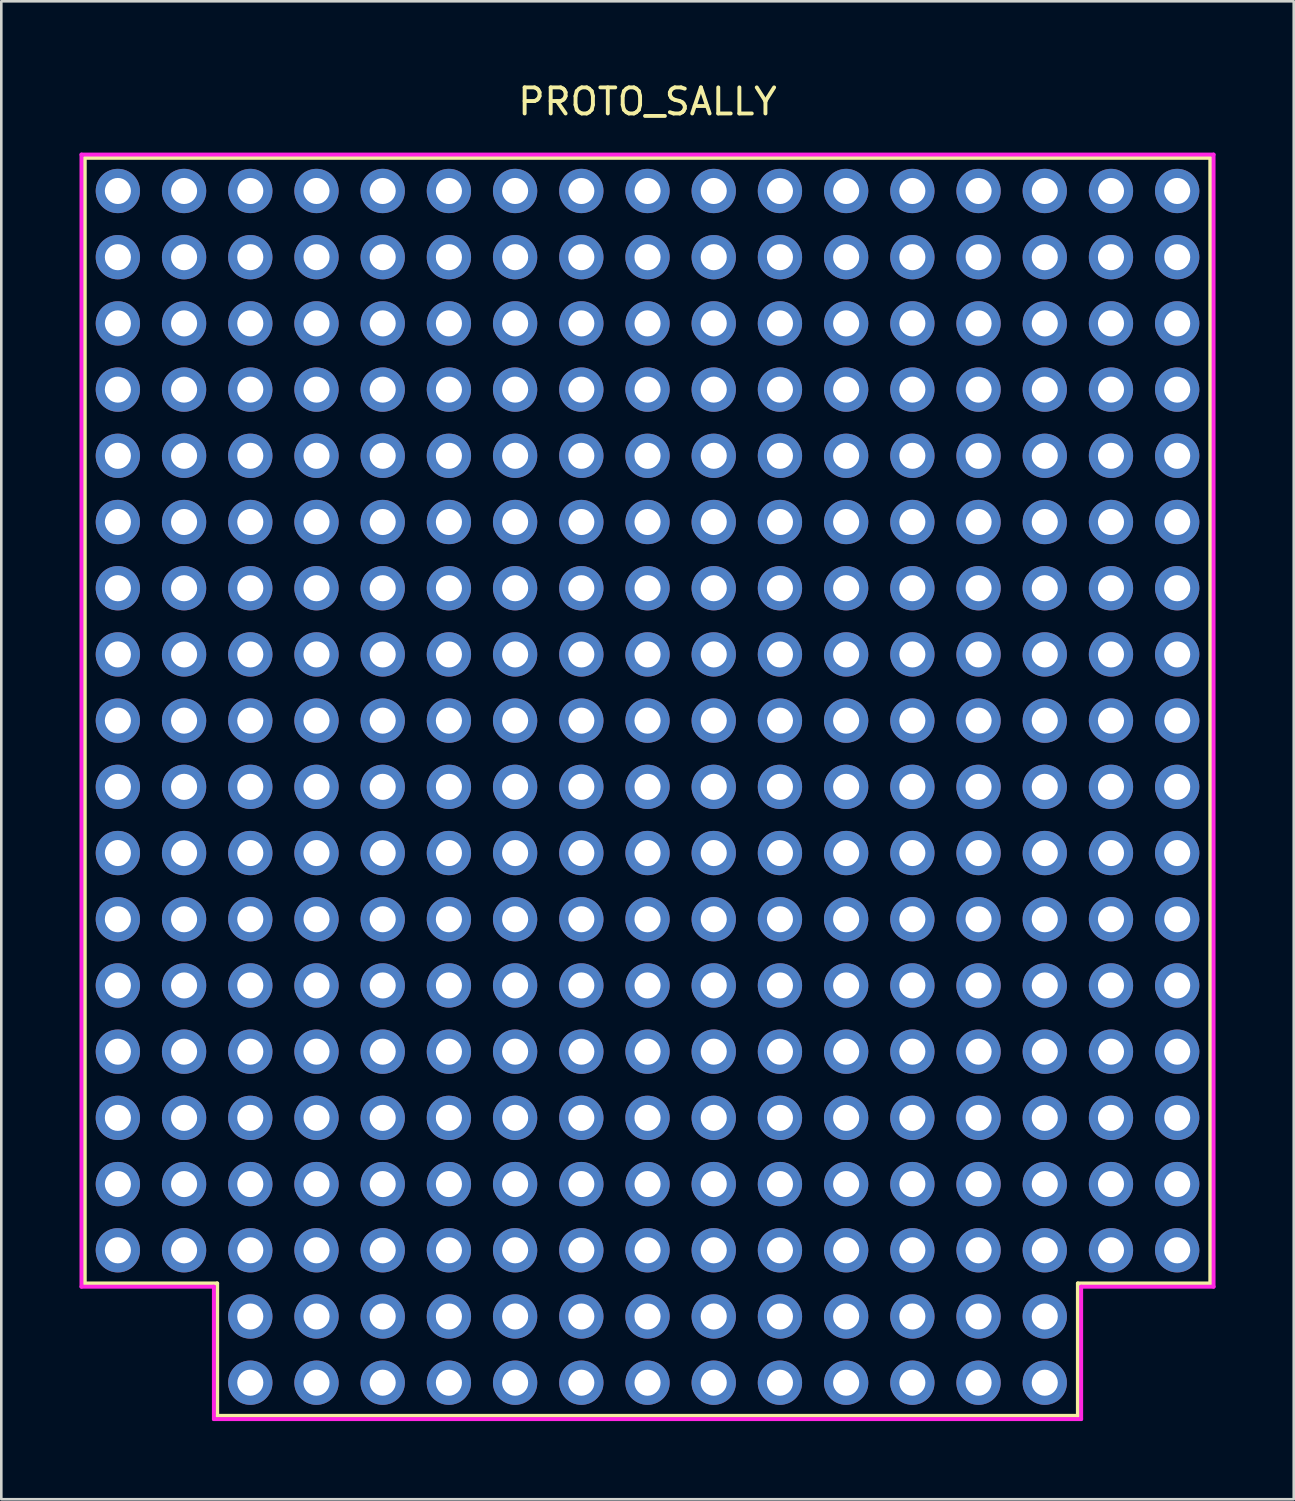
<source format=kicad_pcb>
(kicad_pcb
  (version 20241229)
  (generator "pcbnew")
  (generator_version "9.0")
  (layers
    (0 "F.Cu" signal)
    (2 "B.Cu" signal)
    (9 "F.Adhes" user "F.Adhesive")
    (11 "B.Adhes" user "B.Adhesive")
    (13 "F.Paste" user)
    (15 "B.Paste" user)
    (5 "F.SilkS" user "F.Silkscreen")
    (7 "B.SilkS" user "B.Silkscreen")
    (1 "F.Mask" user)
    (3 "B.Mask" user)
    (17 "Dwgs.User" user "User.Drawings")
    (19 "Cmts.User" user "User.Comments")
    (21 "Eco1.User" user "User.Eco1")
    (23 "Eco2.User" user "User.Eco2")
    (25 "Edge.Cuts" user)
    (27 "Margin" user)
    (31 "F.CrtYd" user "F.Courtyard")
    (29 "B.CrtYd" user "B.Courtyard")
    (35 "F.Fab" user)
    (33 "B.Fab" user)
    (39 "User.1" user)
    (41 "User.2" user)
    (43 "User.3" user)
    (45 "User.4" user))
  (footprint "PROTO_SALLY"
    (layer "F.Cu")
    (at 21.792 32.217)
    (property "Reference" "PROTO_SALLY" (at 0 -31.369 0) (layer "F.SilkS") (effects (font (size 1 1) (thickness 0.15))))
    (attr through_hole)
    (fp_line (start -21.59 -29.21) (end 21.59 -29.21) (stroke (width 0.15) (type solid)) (layer "F.SilkS"))
    (fp_line (start -21.59 13.97) (end -21.59 -29.21) (stroke (width 0.15) (type solid)) (layer "F.SilkS"))
    (fp_line (start -16.51 13.97) (end -21.59 13.97) (stroke (width 0.15) (type solid)) (layer "F.SilkS"))
    (fp_line (start -16.51 19.05) (end -16.51 13.97) (stroke (width 0.15) (type solid)) (layer "F.SilkS"))
    (fp_line (start 16.51 13.97) (end 16.51 19.05) (stroke (width 0.15) (type solid)) (layer "F.SilkS"))
    (fp_line (start 16.51 19.05) (end -16.51 19.05) (stroke (width 0.15) (type solid)) (layer "F.SilkS"))
    (fp_line (start 21.59 -29.21) (end 21.59 13.97) (stroke (width 0.15) (type solid)) (layer "F.SilkS"))
    (fp_line (start 21.59 13.97) (end 16.51 13.97) (stroke (width 0.15) (type solid)) (layer "F.SilkS"))
    (fp_line (start -21.717 -29.337) (end 21.717 -29.337) (stroke (width 0.15) (type solid)) (layer "F.CrtYd"))
    (fp_line (start -21.717 14.097) (end -21.717 -29.337) (stroke (width 0.15) (type solid)) (layer "F.CrtYd"))
    (fp_line (start -16.637 14.097) (end -21.717 14.097) (stroke (width 0.15) (type solid)) (layer "F.CrtYd"))
    (fp_line (start -16.637 19.177) (end -16.637 14.097) (stroke (width 0.15) (type solid)) (layer "F.CrtYd"))
    (fp_line (start 16.637 14.097) (end 16.637 19.177) (stroke (width 0.15) (type solid)) (layer "F.CrtYd"))
    (fp_line (start 16.637 19.177) (end -16.637 19.177) (stroke (width 0.15) (type solid)) (layer "F.CrtYd"))
    (fp_line (start 21.717 -29.337) (end 21.717 14.097) (stroke (width 0.15) (type solid)) (layer "F.CrtYd"))
    (fp_line (start 21.717 14.097) (end 16.637 14.097) (stroke (width 0.15) (type solid)) (layer "F.CrtYd"))
    (pad "" thru_hole circle (at -20.32 -27.94) (size 1.7 1.7) (drill 1) (layers "*.Cu" "*.Mask"))
    (pad "" thru_hole circle (at -20.32 -25.4) (size 1.7 1.7) (drill 1) (layers "*.Cu" "*.Mask"))
    (pad "" thru_hole circle (at -20.32 -22.86) (size 1.7 1.7) (drill 1) (layers "*.Cu" "*.Mask"))
    (pad "" thru_hole circle (at -20.32 -20.32) (size 1.7 1.7) (drill 1) (layers "*.Cu" "*.Mask"))
    (pad "" thru_hole circle (at -20.32 -17.78) (size 1.7 1.7) (drill 1) (layers "*.Cu" "*.Mask"))
    (pad "" thru_hole circle (at -20.32 -15.24) (size 1.7 1.7) (drill 1) (layers "*.Cu" "*.Mask"))
    (pad "" thru_hole circle (at -20.32 -12.7) (size 1.7 1.7) (drill 1) (layers "*.Cu" "*.Mask"))
    (pad "" thru_hole circle (at -20.32 -10.16) (size 1.7 1.7) (drill 1) (layers "*.Cu" "*.Mask"))
    (pad "" thru_hole circle (at -20.32 -7.62) (size 1.7 1.7) (drill 1) (layers "*.Cu" "*.Mask"))
    (pad "" thru_hole circle (at -20.32 -5.08) (size 1.7 1.7) (drill 1) (layers "*.Cu" "*.Mask"))
    (pad "" thru_hole circle (at -20.32 -2.54) (size 1.7 1.7) (drill 1) (layers "*.Cu" "*.Mask"))
    (pad "" thru_hole circle (at -20.32 0) (size 1.7 1.7) (drill 1) (layers "*.Cu" "*.Mask"))
    (pad "" thru_hole circle (at -20.32 2.54) (size 1.7 1.7) (drill 1) (layers "*.Cu" "*.Mask"))
    (pad "" thru_hole circle (at -20.32 5.08) (size 1.7 1.7) (drill 1) (layers "*.Cu" "*.Mask"))
    (pad "" thru_hole circle (at -20.32 7.62) (size 1.7 1.7) (drill 1) (layers "*.Cu" "*.Mask"))
    (pad "" thru_hole circle (at -20.32 10.16) (size 1.7 1.7) (drill 1) (layers "*.Cu" "*.Mask"))
    (pad "" thru_hole circle (at -20.32 12.7) (size 1.7 1.7) (drill 1) (layers "*.Cu" "*.Mask"))
    (pad "" thru_hole circle (at -17.78 -27.94) (size 1.7 1.7) (drill 1) (layers "*.Cu" "*.Mask"))
    (pad "" thru_hole circle (at -17.78 -25.4) (size 1.7 1.7) (drill 1) (layers "*.Cu" "*.Mask"))
    (pad "" thru_hole circle (at -17.78 -22.86) (size 1.7 1.7) (drill 1) (layers "*.Cu" "*.Mask"))
    (pad "" thru_hole circle (at -17.78 -20.32) (size 1.7 1.7) (drill 1) (layers "*.Cu" "*.Mask"))
    (pad "" thru_hole circle (at -17.78 -17.78) (size 1.7 1.7) (drill 1) (layers "*.Cu" "*.Mask"))
    (pad "" thru_hole circle (at -17.78 -15.24) (size 1.7 1.7) (drill 1) (layers "*.Cu" "*.Mask"))
    (pad "" thru_hole circle (at -17.78 -12.7) (size 1.7 1.7) (drill 1) (layers "*.Cu" "*.Mask"))
    (pad "" thru_hole circle (at -17.78 -10.16) (size 1.7 1.7) (drill 1) (layers "*.Cu" "*.Mask"))
    (pad "" thru_hole circle (at -17.78 -7.62) (size 1.7 1.7) (drill 1) (layers "*.Cu" "*.Mask"))
    (pad "" thru_hole circle (at -17.78 -5.08) (size 1.7 1.7) (drill 1) (layers "*.Cu" "*.Mask"))
    (pad "" thru_hole circle (at -17.78 -2.54) (size 1.7 1.7) (drill 1) (layers "*.Cu" "*.Mask"))
    (pad "" thru_hole circle (at -17.78 0) (size 1.7 1.7) (drill 1) (layers "*.Cu" "*.Mask"))
    (pad "" thru_hole circle (at -17.78 2.54) (size 1.7 1.7) (drill 1) (layers "*.Cu" "*.Mask"))
    (pad "" thru_hole circle (at -17.78 5.08) (size 1.7 1.7) (drill 1) (layers "*.Cu" "*.Mask"))
    (pad "" thru_hole circle (at -17.78 7.62) (size 1.7 1.7) (drill 1) (layers "*.Cu" "*.Mask"))
    (pad "" thru_hole circle (at -17.78 10.16) (size 1.7 1.7) (drill 1) (layers "*.Cu" "*.Mask"))
    (pad "" thru_hole circle (at -17.78 12.7) (size 1.7 1.7) (drill 1) (layers "*.Cu" "*.Mask"))
    (pad "" thru_hole circle (at -15.24 -27.94) (size 1.7 1.7) (drill 1) (layers "*.Cu" "*.Mask"))
    (pad "" thru_hole circle (at -15.24 -25.4) (size 1.7 1.7) (drill 1) (layers "*.Cu" "*.Mask"))
    (pad "" thru_hole circle (at -15.24 -22.86) (size 1.7 1.7) (drill 1) (layers "*.Cu" "*.Mask"))
    (pad "" thru_hole circle (at -15.24 -20.32) (size 1.7 1.7) (drill 1) (layers "*.Cu" "*.Mask"))
    (pad "" thru_hole circle (at -15.24 -17.78) (size 1.7 1.7) (drill 1) (layers "*.Cu" "*.Mask"))
    (pad "" thru_hole circle (at -15.24 -15.24) (size 1.7 1.7) (drill 1) (layers "*.Cu" "*.Mask"))
    (pad "" thru_hole circle (at -15.24 -12.7) (size 1.7 1.7) (drill 1) (layers "*.Cu" "*.Mask"))
    (pad "" thru_hole circle (at -15.24 -10.16) (size 1.7 1.7) (drill 1) (layers "*.Cu" "*.Mask"))
    (pad "" thru_hole circle (at -15.24 -7.62) (size 1.7 1.7) (drill 1) (layers "*.Cu" "*.Mask"))
    (pad "" thru_hole circle (at -15.24 -5.08) (size 1.7 1.7) (drill 1) (layers "*.Cu" "*.Mask"))
    (pad "" thru_hole circle (at -15.24 -2.54) (size 1.7 1.7) (drill 1) (layers "*.Cu" "*.Mask"))
    (pad "" thru_hole circle (at -15.24 0) (size 1.7 1.7) (drill 1) (layers "*.Cu" "*.Mask"))
    (pad "" thru_hole circle (at -15.24 2.54) (size 1.7 1.7) (drill 1) (layers "*.Cu" "*.Mask"))
    (pad "" thru_hole circle (at -15.24 5.08) (size 1.7 1.7) (drill 1) (layers "*.Cu" "*.Mask"))
    (pad "" thru_hole circle (at -15.24 7.62) (size 1.7 1.7) (drill 1) (layers "*.Cu" "*.Mask"))
    (pad "" thru_hole circle (at -15.24 10.16) (size 1.7 1.7) (drill 1) (layers "*.Cu" "*.Mask"))
    (pad "" thru_hole circle (at -15.24 12.7) (size 1.7 1.7) (drill 1) (layers "*.Cu" "*.Mask"))
    (pad "" thru_hole circle (at -15.24 15.24) (size 1.7 1.7) (drill 1) (layers "*.Cu" "*.Mask"))
    (pad "" thru_hole circle (at -15.24 17.78) (size 1.7 1.7) (drill 1) (layers "*.Cu" "*.Mask"))
    (pad "" thru_hole circle (at -12.7 -27.94) (size 1.7 1.7) (drill 1) (layers "*.Cu" "*.Mask"))
    (pad "" thru_hole circle (at -12.7 -25.4) (size 1.7 1.7) (drill 1) (layers "*.Cu" "*.Mask"))
    (pad "" thru_hole circle (at -12.7 -22.86) (size 1.7 1.7) (drill 1) (layers "*.Cu" "*.Mask"))
    (pad "" thru_hole circle (at -12.7 -20.32) (size 1.7 1.7) (drill 1) (layers "*.Cu" "*.Mask"))
    (pad "" thru_hole circle (at -12.7 -17.78) (size 1.7 1.7) (drill 1) (layers "*.Cu" "*.Mask"))
    (pad "" thru_hole circle (at -12.7 -15.24) (size 1.7 1.7) (drill 1) (layers "*.Cu" "*.Mask"))
    (pad "" thru_hole circle (at -12.7 -12.7) (size 1.7 1.7) (drill 1) (layers "*.Cu" "*.Mask"))
    (pad "" thru_hole circle (at -12.7 -10.16) (size 1.7 1.7) (drill 1) (layers "*.Cu" "*.Mask"))
    (pad "" thru_hole circle (at -12.7 -7.62) (size 1.7 1.7) (drill 1) (layers "*.Cu" "*.Mask"))
    (pad "" thru_hole circle (at -12.7 -5.08) (size 1.7 1.7) (drill 1) (layers "*.Cu" "*.Mask"))
    (pad "" thru_hole circle (at -12.7 -2.54) (size 1.7 1.7) (drill 1) (layers "*.Cu" "*.Mask"))
    (pad "" thru_hole circle (at -12.7 0) (size 1.7 1.7) (drill 1) (layers "*.Cu" "*.Mask"))
    (pad "" thru_hole circle (at -12.7 2.54) (size 1.7 1.7) (drill 1) (layers "*.Cu" "*.Mask"))
    (pad "" thru_hole circle (at -12.7 5.08) (size 1.7 1.7) (drill 1) (layers "*.Cu" "*.Mask"))
    (pad "" thru_hole circle (at -12.7 7.62) (size 1.7 1.7) (drill 1) (layers "*.Cu" "*.Mask"))
    (pad "" thru_hole circle (at -12.7 10.16) (size 1.7 1.7) (drill 1) (layers "*.Cu" "*.Mask"))
    (pad "" thru_hole circle (at -12.7 12.7) (size 1.7 1.7) (drill 1) (layers "*.Cu" "*.Mask"))
    (pad "" thru_hole circle (at -12.7 15.24) (size 1.7 1.7) (drill 1) (layers "*.Cu" "*.Mask"))
    (pad "" thru_hole circle (at -12.7 17.78) (size 1.7 1.7) (drill 1) (layers "*.Cu" "*.Mask"))
    (pad "" thru_hole circle (at -10.16 -27.94) (size 1.7 1.7) (drill 1) (layers "*.Cu" "*.Mask"))
    (pad "" thru_hole circle (at -10.16 -25.4) (size 1.7 1.7) (drill 1) (layers "*.Cu" "*.Mask"))
    (pad "" thru_hole circle (at -10.16 -22.86) (size 1.7 1.7) (drill 1) (layers "*.Cu" "*.Mask"))
    (pad "" thru_hole circle (at -10.16 -20.32) (size 1.7 1.7) (drill 1) (layers "*.Cu" "*.Mask"))
    (pad "" thru_hole circle (at -10.16 -17.78) (size 1.7 1.7) (drill 1) (layers "*.Cu" "*.Mask"))
    (pad "" thru_hole circle (at -10.16 -15.24) (size 1.7 1.7) (drill 1) (layers "*.Cu" "*.Mask"))
    (pad "" thru_hole circle (at -10.16 -12.7) (size 1.7 1.7) (drill 1) (layers "*.Cu" "*.Mask"))
    (pad "" thru_hole circle (at -10.16 -10.16) (size 1.7 1.7) (drill 1) (layers "*.Cu" "*.Mask"))
    (pad "" thru_hole circle (at -10.16 -7.62) (size 1.7 1.7) (drill 1) (layers "*.Cu" "*.Mask"))
    (pad "" thru_hole circle (at -10.16 -5.08) (size 1.7 1.7) (drill 1) (layers "*.Cu" "*.Mask"))
    (pad "" thru_hole circle (at -10.16 -2.54) (size 1.7 1.7) (drill 1) (layers "*.Cu" "*.Mask"))
    (pad "" thru_hole circle (at -10.16 0) (size 1.7 1.7) (drill 1) (layers "*.Cu" "*.Mask"))
    (pad "" thru_hole circle (at -10.16 2.54) (size 1.7 1.7) (drill 1) (layers "*.Cu" "*.Mask"))
    (pad "" thru_hole circle (at -10.16 5.08) (size 1.7 1.7) (drill 1) (layers "*.Cu" "*.Mask"))
    (pad "" thru_hole circle (at -10.16 7.62) (size 1.7 1.7) (drill 1) (layers "*.Cu" "*.Mask"))
    (pad "" thru_hole circle (at -10.16 10.16) (size 1.7 1.7) (drill 1) (layers "*.Cu" "*.Mask"))
    (pad "" thru_hole circle (at -10.16 12.7) (size 1.7 1.7) (drill 1) (layers "*.Cu" "*.Mask"))
    (pad "" thru_hole circle (at -10.16 15.24) (size 1.7 1.7) (drill 1) (layers "*.Cu" "*.Mask"))
    (pad "" thru_hole circle (at -10.16 17.78) (size 1.7 1.7) (drill 1) (layers "*.Cu" "*.Mask"))
    (pad "" thru_hole circle (at -7.62 -27.94) (size 1.7 1.7) (drill 1) (layers "*.Cu" "*.Mask"))
    (pad "" thru_hole circle (at -7.62 -25.4) (size 1.7 1.7) (drill 1) (layers "*.Cu" "*.Mask"))
    (pad "" thru_hole circle (at -7.62 -22.86) (size 1.7 1.7) (drill 1) (layers "*.Cu" "*.Mask"))
    (pad "" thru_hole circle (at -7.62 -20.32) (size 1.7 1.7) (drill 1) (layers "*.Cu" "*.Mask"))
    (pad "" thru_hole circle (at -7.62 -17.78) (size 1.7 1.7) (drill 1) (layers "*.Cu" "*.Mask"))
    (pad "" thru_hole circle (at -7.62 -15.24) (size 1.7 1.7) (drill 1) (layers "*.Cu" "*.Mask"))
    (pad "" thru_hole circle (at -7.62 -12.7) (size 1.7 1.7) (drill 1) (layers "*.Cu" "*.Mask"))
    (pad "" thru_hole circle (at -7.62 -10.16) (size 1.7 1.7) (drill 1) (layers "*.Cu" "*.Mask"))
    (pad "" thru_hole circle (at -7.62 -7.62) (size 1.7 1.7) (drill 1) (layers "*.Cu" "*.Mask"))
    (pad "" thru_hole circle (at -7.62 -5.08) (size 1.7 1.7) (drill 1) (layers "*.Cu" "*.Mask"))
    (pad "" thru_hole circle (at -7.62 -2.54) (size 1.7 1.7) (drill 1) (layers "*.Cu" "*.Mask"))
    (pad "" thru_hole circle (at -7.62 0) (size 1.7 1.7) (drill 1) (layers "*.Cu" "*.Mask"))
    (pad "" thru_hole circle (at -7.62 2.54) (size 1.7 1.7) (drill 1) (layers "*.Cu" "*.Mask"))
    (pad "" thru_hole circle (at -7.62 5.08) (size 1.7 1.7) (drill 1) (layers "*.Cu" "*.Mask"))
    (pad "" thru_hole circle (at -7.62 7.62) (size 1.7 1.7) (drill 1) (layers "*.Cu" "*.Mask"))
    (pad "" thru_hole circle (at -7.62 10.16) (size 1.7 1.7) (drill 1) (layers "*.Cu" "*.Mask"))
    (pad "" thru_hole circle (at -7.62 12.7) (size 1.7 1.7) (drill 1) (layers "*.Cu" "*.Mask"))
    (pad "" thru_hole circle (at -7.62 15.24) (size 1.7 1.7) (drill 1) (layers "*.Cu" "*.Mask"))
    (pad "" thru_hole circle (at -7.62 17.78) (size 1.7 1.7) (drill 1) (layers "*.Cu" "*.Mask"))
    (pad "" thru_hole circle (at -5.08 -27.94) (size 1.7 1.7) (drill 1) (layers "*.Cu" "*.Mask"))
    (pad "" thru_hole circle (at -5.08 -25.4) (size 1.7 1.7) (drill 1) (layers "*.Cu" "*.Mask"))
    (pad "" thru_hole circle (at -5.08 -22.86) (size 1.7 1.7) (drill 1) (layers "*.Cu" "*.Mask"))
    (pad "" thru_hole circle (at -5.08 -20.32) (size 1.7 1.7) (drill 1) (layers "*.Cu" "*.Mask"))
    (pad "" thru_hole circle (at -5.08 -17.78) (size 1.7 1.7) (drill 1) (layers "*.Cu" "*.Mask"))
    (pad "" thru_hole circle (at -5.08 -15.24) (size 1.7 1.7) (drill 1) (layers "*.Cu" "*.Mask"))
    (pad "" thru_hole circle (at -5.08 -12.7) (size 1.7 1.7) (drill 1) (layers "*.Cu" "*.Mask"))
    (pad "" thru_hole circle (at -5.08 -10.16) (size 1.7 1.7) (drill 1) (layers "*.Cu" "*.Mask"))
    (pad "" thru_hole circle (at -5.08 -7.62) (size 1.7 1.7) (drill 1) (layers "*.Cu" "*.Mask"))
    (pad "" thru_hole circle (at -5.08 -5.08) (size 1.7 1.7) (drill 1) (layers "*.Cu" "*.Mask"))
    (pad "" thru_hole circle (at -5.08 -2.54) (size 1.7 1.7) (drill 1) (layers "*.Cu" "*.Mask"))
    (pad "" thru_hole circle (at -5.08 0) (size 1.7 1.7) (drill 1) (layers "*.Cu" "*.Mask"))
    (pad "" thru_hole circle (at -5.08 2.54) (size 1.7 1.7) (drill 1) (layers "*.Cu" "*.Mask"))
    (pad "" thru_hole circle (at -5.08 5.08) (size 1.7 1.7) (drill 1) (layers "*.Cu" "*.Mask"))
    (pad "" thru_hole circle (at -5.08 7.62) (size 1.7 1.7) (drill 1) (layers "*.Cu" "*.Mask"))
    (pad "" thru_hole circle (at -5.08 10.16) (size 1.7 1.7) (drill 1) (layers "*.Cu" "*.Mask"))
    (pad "" thru_hole circle (at -5.08 12.7) (size 1.7 1.7) (drill 1) (layers "*.Cu" "*.Mask"))
    (pad "" thru_hole circle (at -5.08 15.24) (size 1.7 1.7) (drill 1) (layers "*.Cu" "*.Mask"))
    (pad "" thru_hole circle (at -5.08 17.78) (size 1.7 1.7) (drill 1) (layers "*.Cu" "*.Mask"))
    (pad "" thru_hole circle (at -2.54 -27.94) (size 1.7 1.7) (drill 1) (layers "*.Cu" "*.Mask"))
    (pad "" thru_hole circle (at -2.54 -25.4) (size 1.7 1.7) (drill 1) (layers "*.Cu" "*.Mask"))
    (pad "" thru_hole circle (at -2.54 -22.86) (size 1.7 1.7) (drill 1) (layers "*.Cu" "*.Mask"))
    (pad "" thru_hole circle (at -2.54 -20.32) (size 1.7 1.7) (drill 1) (layers "*.Cu" "*.Mask"))
    (pad "" thru_hole circle (at -2.54 -17.78) (size 1.7 1.7) (drill 1) (layers "*.Cu" "*.Mask"))
    (pad "" thru_hole circle (at -2.54 -15.24) (size 1.7 1.7) (drill 1) (layers "*.Cu" "*.Mask"))
    (pad "" thru_hole circle (at -2.54 -12.7) (size 1.7 1.7) (drill 1) (layers "*.Cu" "*.Mask"))
    (pad "" thru_hole circle (at -2.54 -10.16) (size 1.7 1.7) (drill 1) (layers "*.Cu" "*.Mask"))
    (pad "" thru_hole circle (at -2.54 -7.62) (size 1.7 1.7) (drill 1) (layers "*.Cu" "*.Mask"))
    (pad "" thru_hole circle (at -2.54 -5.08) (size 1.7 1.7) (drill 1) (layers "*.Cu" "*.Mask"))
    (pad "" thru_hole circle (at -2.54 -2.54) (size 1.7 1.7) (drill 1) (layers "*.Cu" "*.Mask"))
    (pad "" thru_hole circle (at -2.54 0) (size 1.7 1.7) (drill 1) (layers "*.Cu" "*.Mask"))
    (pad "" thru_hole circle (at -2.54 2.54) (size 1.7 1.7) (drill 1) (layers "*.Cu" "*.Mask"))
    (pad "" thru_hole circle (at -2.54 5.08) (size 1.7 1.7) (drill 1) (layers "*.Cu" "*.Mask"))
    (pad "" thru_hole circle (at -2.54 7.62) (size 1.7 1.7) (drill 1) (layers "*.Cu" "*.Mask"))
    (pad "" thru_hole circle (at -2.54 10.16) (size 1.7 1.7) (drill 1) (layers "*.Cu" "*.Mask"))
    (pad "" thru_hole circle (at -2.54 12.7) (size 1.7 1.7) (drill 1) (layers "*.Cu" "*.Mask"))
    (pad "" thru_hole circle (at -2.54 15.24) (size 1.7 1.7) (drill 1) (layers "*.Cu" "*.Mask"))
    (pad "" thru_hole circle (at -2.54 17.78) (size 1.7 1.7) (drill 1) (layers "*.Cu" "*.Mask"))
    (pad "" thru_hole circle (at 0 -27.94) (size 1.7 1.7) (drill 1) (layers "*.Cu" "*.Mask"))
    (pad "" thru_hole circle (at 0 -25.4) (size 1.7 1.7) (drill 1) (layers "*.Cu" "*.Mask"))
    (pad "" thru_hole circle (at 0 -22.86) (size 1.7 1.7) (drill 1) (layers "*.Cu" "*.Mask"))
    (pad "" thru_hole circle (at 0 -20.32) (size 1.7 1.7) (drill 1) (layers "*.Cu" "*.Mask"))
    (pad "" thru_hole circle (at 0 -17.78) (size 1.7 1.7) (drill 1) (layers "*.Cu" "*.Mask"))
    (pad "" thru_hole circle (at 0 -15.24) (size 1.7 1.7) (drill 1) (layers "*.Cu" "*.Mask"))
    (pad "" thru_hole circle (at 0 -12.7) (size 1.7 1.7) (drill 1) (layers "*.Cu" "*.Mask"))
    (pad "" thru_hole circle (at 0 -10.16) (size 1.7 1.7) (drill 1) (layers "*.Cu" "*.Mask"))
    (pad "" thru_hole circle (at 0 -7.62) (size 1.7 1.7) (drill 1) (layers "*.Cu" "*.Mask"))
    (pad "" thru_hole circle (at 0 -5.08) (size 1.7 1.7) (drill 1) (layers "*.Cu" "*.Mask"))
    (pad "" thru_hole circle (at 0 -2.54) (size 1.7 1.7) (drill 1) (layers "*.Cu" "*.Mask"))
    (pad "" thru_hole circle (at 0 0) (size 1.7 1.7) (drill 1) (layers "*.Cu" "*.Mask"))
    (pad "" thru_hole circle (at 0 2.54) (size 1.7 1.7) (drill 1) (layers "*.Cu" "*.Mask"))
    (pad "" thru_hole circle (at 0 5.08) (size 1.7 1.7) (drill 1) (layers "*.Cu" "*.Mask"))
    (pad "" thru_hole circle (at 0 7.62) (size 1.7 1.7) (drill 1) (layers "*.Cu" "*.Mask"))
    (pad "" thru_hole circle (at 0 10.16) (size 1.7 1.7) (drill 1) (layers "*.Cu" "*.Mask"))
    (pad "" thru_hole circle (at 0 12.7) (size 1.7 1.7) (drill 1) (layers "*.Cu" "*.Mask"))
    (pad "" thru_hole circle (at 0 15.24) (size 1.7 1.7) (drill 1) (layers "*.Cu" "*.Mask"))
    (pad "" thru_hole circle (at 0 17.78) (size 1.7 1.7) (drill 1) (layers "*.Cu" "*.Mask"))
    (pad "" thru_hole circle (at 2.54 -27.94) (size 1.7 1.7) (drill 1) (layers "*.Cu" "*.Mask"))
    (pad "" thru_hole circle (at 2.54 -25.4) (size 1.7 1.7) (drill 1) (layers "*.Cu" "*.Mask"))
    (pad "" thru_hole circle (at 2.54 -22.86) (size 1.7 1.7) (drill 1) (layers "*.Cu" "*.Mask"))
    (pad "" thru_hole circle (at 2.54 -20.32) (size 1.7 1.7) (drill 1) (layers "*.Cu" "*.Mask"))
    (pad "" thru_hole circle (at 2.54 -17.78) (size 1.7 1.7) (drill 1) (layers "*.Cu" "*.Mask"))
    (pad "" thru_hole circle (at 2.54 -15.24) (size 1.7 1.7) (drill 1) (layers "*.Cu" "*.Mask"))
    (pad "" thru_hole circle (at 2.54 -12.7) (size 1.7 1.7) (drill 1) (layers "*.Cu" "*.Mask"))
    (pad "" thru_hole circle (at 2.54 -10.16) (size 1.7 1.7) (drill 1) (layers "*.Cu" "*.Mask"))
    (pad "" thru_hole circle (at 2.54 -7.62) (size 1.7 1.7) (drill 1) (layers "*.Cu" "*.Mask"))
    (pad "" thru_hole circle (at 2.54 -5.08) (size 1.7 1.7) (drill 1) (layers "*.Cu" "*.Mask"))
    (pad "" thru_hole circle (at 2.54 -2.54) (size 1.7 1.7) (drill 1) (layers "*.Cu" "*.Mask"))
    (pad "" thru_hole circle (at 2.54 0) (size 1.7 1.7) (drill 1) (layers "*.Cu" "*.Mask"))
    (pad "" thru_hole circle (at 2.54 2.54) (size 1.7 1.7) (drill 1) (layers "*.Cu" "*.Mask"))
    (pad "" thru_hole circle (at 2.54 5.08) (size 1.7 1.7) (drill 1) (layers "*.Cu" "*.Mask"))
    (pad "" thru_hole circle (at 2.54 7.62) (size 1.7 1.7) (drill 1) (layers "*.Cu" "*.Mask"))
    (pad "" thru_hole circle (at 2.54 10.16) (size 1.7 1.7) (drill 1) (layers "*.Cu" "*.Mask"))
    (pad "" thru_hole circle (at 2.54 12.7) (size 1.7 1.7) (drill 1) (layers "*.Cu" "*.Mask"))
    (pad "" thru_hole circle (at 2.54 15.24) (size 1.7 1.7) (drill 1) (layers "*.Cu" "*.Mask"))
    (pad "" thru_hole circle (at 2.54 17.78) (size 1.7 1.7) (drill 1) (layers "*.Cu" "*.Mask"))
    (pad "" thru_hole circle (at 5.08 -27.94) (size 1.7 1.7) (drill 1) (layers "*.Cu" "*.Mask"))
    (pad "" thru_hole circle (at 5.08 -25.4) (size 1.7 1.7) (drill 1) (layers "*.Cu" "*.Mask"))
    (pad "" thru_hole circle (at 5.08 -22.86) (size 1.7 1.7) (drill 1) (layers "*.Cu" "*.Mask"))
    (pad "" thru_hole circle (at 5.08 -20.32) (size 1.7 1.7) (drill 1) (layers "*.Cu" "*.Mask"))
    (pad "" thru_hole circle (at 5.08 -17.78) (size 1.7 1.7) (drill 1) (layers "*.Cu" "*.Mask"))
    (pad "" thru_hole circle (at 5.08 -15.24) (size 1.7 1.7) (drill 1) (layers "*.Cu" "*.Mask"))
    (pad "" thru_hole circle (at 5.08 -12.7) (size 1.7 1.7) (drill 1) (layers "*.Cu" "*.Mask"))
    (pad "" thru_hole circle (at 5.08 -10.16) (size 1.7 1.7) (drill 1) (layers "*.Cu" "*.Mask"))
    (pad "" thru_hole circle (at 5.08 -7.62) (size 1.7 1.7) (drill 1) (layers "*.Cu" "*.Mask"))
    (pad "" thru_hole circle (at 5.08 -5.08) (size 1.7 1.7) (drill 1) (layers "*.Cu" "*.Mask"))
    (pad "" thru_hole circle (at 5.08 -2.54) (size 1.7 1.7) (drill 1) (layers "*.Cu" "*.Mask"))
    (pad "" thru_hole circle (at 5.08 0) (size 1.7 1.7) (drill 1) (layers "*.Cu" "*.Mask"))
    (pad "" thru_hole circle (at 5.08 2.54) (size 1.7 1.7) (drill 1) (layers "*.Cu" "*.Mask"))
    (pad "" thru_hole circle (at 5.08 5.08) (size 1.7 1.7) (drill 1) (layers "*.Cu" "*.Mask"))
    (pad "" thru_hole circle (at 5.08 7.62) (size 1.7 1.7) (drill 1) (layers "*.Cu" "*.Mask"))
    (pad "" thru_hole circle (at 5.08 10.16) (size 1.7 1.7) (drill 1) (layers "*.Cu" "*.Mask"))
    (pad "" thru_hole circle (at 5.08 12.7) (size 1.7 1.7) (drill 1) (layers "*.Cu" "*.Mask"))
    (pad "" thru_hole circle (at 5.08 15.24) (size 1.7 1.7) (drill 1) (layers "*.Cu" "*.Mask"))
    (pad "" thru_hole circle (at 5.08 17.78) (size 1.7 1.7) (drill 1) (layers "*.Cu" "*.Mask"))
    (pad "" thru_hole circle (at 7.62 -27.94) (size 1.7 1.7) (drill 1) (layers "*.Cu" "*.Mask"))
    (pad "" thru_hole circle (at 7.62 -25.4) (size 1.7 1.7) (drill 1) (layers "*.Cu" "*.Mask"))
    (pad "" thru_hole circle (at 7.62 -22.86) (size 1.7 1.7) (drill 1) (layers "*.Cu" "*.Mask"))
    (pad "" thru_hole circle (at 7.62 -20.32) (size 1.7 1.7) (drill 1) (layers "*.Cu" "*.Mask"))
    (pad "" thru_hole circle (at 7.62 -17.78) (size 1.7 1.7) (drill 1) (layers "*.Cu" "*.Mask"))
    (pad "" thru_hole circle (at 7.62 -15.24) (size 1.7 1.7) (drill 1) (layers "*.Cu" "*.Mask"))
    (pad "" thru_hole circle (at 7.62 -12.7) (size 1.7 1.7) (drill 1) (layers "*.Cu" "*.Mask"))
    (pad "" thru_hole circle (at 7.62 -10.16) (size 1.7 1.7) (drill 1) (layers "*.Cu" "*.Mask"))
    (pad "" thru_hole circle (at 7.62 -7.62) (size 1.7 1.7) (drill 1) (layers "*.Cu" "*.Mask"))
    (pad "" thru_hole circle (at 7.62 -5.08) (size 1.7 1.7) (drill 1) (layers "*.Cu" "*.Mask"))
    (pad "" thru_hole circle (at 7.62 -2.54) (size 1.7 1.7) (drill 1) (layers "*.Cu" "*.Mask"))
    (pad "" thru_hole circle (at 7.62 0) (size 1.7 1.7) (drill 1) (layers "*.Cu" "*.Mask"))
    (pad "" thru_hole circle (at 7.62 2.54) (size 1.7 1.7) (drill 1) (layers "*.Cu" "*.Mask"))
    (pad "" thru_hole circle (at 7.62 5.08) (size 1.7 1.7) (drill 1) (layers "*.Cu" "*.Mask"))
    (pad "" thru_hole circle (at 7.62 7.62) (size 1.7 1.7) (drill 1) (layers "*.Cu" "*.Mask"))
    (pad "" thru_hole circle (at 7.62 10.16) (size 1.7 1.7) (drill 1) (layers "*.Cu" "*.Mask"))
    (pad "" thru_hole circle (at 7.62 12.7) (size 1.7 1.7) (drill 1) (layers "*.Cu" "*.Mask"))
    (pad "" thru_hole circle (at 7.62 15.24) (size 1.7 1.7) (drill 1) (layers "*.Cu" "*.Mask"))
    (pad "" thru_hole circle (at 7.62 17.78) (size 1.7 1.7) (drill 1) (layers "*.Cu" "*.Mask"))
    (pad "" thru_hole circle (at 10.16 -27.94) (size 1.7 1.7) (drill 1) (layers "*.Cu" "*.Mask"))
    (pad "" thru_hole circle (at 10.16 -25.4) (size 1.7 1.7) (drill 1) (layers "*.Cu" "*.Mask"))
    (pad "" thru_hole circle (at 10.16 -22.86) (size 1.7 1.7) (drill 1) (layers "*.Cu" "*.Mask"))
    (pad "" thru_hole circle (at 10.16 -20.32) (size 1.7 1.7) (drill 1) (layers "*.Cu" "*.Mask"))
    (pad "" thru_hole circle (at 10.16 -17.78) (size 1.7 1.7) (drill 1) (layers "*.Cu" "*.Mask"))
    (pad "" thru_hole circle (at 10.16 -15.24) (size 1.7 1.7) (drill 1) (layers "*.Cu" "*.Mask"))
    (pad "" thru_hole circle (at 10.16 -12.7) (size 1.7 1.7) (drill 1) (layers "*.Cu" "*.Mask"))
    (pad "" thru_hole circle (at 10.16 -10.16) (size 1.7 1.7) (drill 1) (layers "*.Cu" "*.Mask"))
    (pad "" thru_hole circle (at 10.16 -7.62) (size 1.7 1.7) (drill 1) (layers "*.Cu" "*.Mask"))
    (pad "" thru_hole circle (at 10.16 -5.08) (size 1.7 1.7) (drill 1) (layers "*.Cu" "*.Mask"))
    (pad "" thru_hole circle (at 10.16 -2.54) (size 1.7 1.7) (drill 1) (layers "*.Cu" "*.Mask"))
    (pad "" thru_hole circle (at 10.16 0) (size 1.7 1.7) (drill 1) (layers "*.Cu" "*.Mask"))
    (pad "" thru_hole circle (at 10.16 2.54) (size 1.7 1.7) (drill 1) (layers "*.Cu" "*.Mask"))
    (pad "" thru_hole circle (at 10.16 5.08) (size 1.7 1.7) (drill 1) (layers "*.Cu" "*.Mask"))
    (pad "" thru_hole circle (at 10.16 7.62) (size 1.7 1.7) (drill 1) (layers "*.Cu" "*.Mask"))
    (pad "" thru_hole circle (at 10.16 10.16) (size 1.7 1.7) (drill 1) (layers "*.Cu" "*.Mask"))
    (pad "" thru_hole circle (at 10.16 12.7) (size 1.7 1.7) (drill 1) (layers "*.Cu" "*.Mask"))
    (pad "" thru_hole circle (at 10.16 15.24) (size 1.7 1.7) (drill 1) (layers "*.Cu" "*.Mask"))
    (pad "" thru_hole circle (at 10.16 17.78) (size 1.7 1.7) (drill 1) (layers "*.Cu" "*.Mask"))
    (pad "" thru_hole circle (at 12.7 -27.94) (size 1.7 1.7) (drill 1) (layers "*.Cu" "*.Mask"))
    (pad "" thru_hole circle (at 12.7 -25.4) (size 1.7 1.7) (drill 1) (layers "*.Cu" "*.Mask"))
    (pad "" thru_hole circle (at 12.7 -22.86) (size 1.7 1.7) (drill 1) (layers "*.Cu" "*.Mask"))
    (pad "" thru_hole circle (at 12.7 -20.32) (size 1.7 1.7) (drill 1) (layers "*.Cu" "*.Mask"))
    (pad "" thru_hole circle (at 12.7 -17.78) (size 1.7 1.7) (drill 1) (layers "*.Cu" "*.Mask"))
    (pad "" thru_hole circle (at 12.7 -15.24) (size 1.7 1.7) (drill 1) (layers "*.Cu" "*.Mask"))
    (pad "" thru_hole circle (at 12.7 -12.7) (size 1.7 1.7) (drill 1) (layers "*.Cu" "*.Mask"))
    (pad "" thru_hole circle (at 12.7 -10.16) (size 1.7 1.7) (drill 1) (layers "*.Cu" "*.Mask"))
    (pad "" thru_hole circle (at 12.7 -7.62) (size 1.7 1.7) (drill 1) (layers "*.Cu" "*.Mask"))
    (pad "" thru_hole circle (at 12.7 -5.08) (size 1.7 1.7) (drill 1) (layers "*.Cu" "*.Mask"))
    (pad "" thru_hole circle (at 12.7 -2.54) (size 1.7 1.7) (drill 1) (layers "*.Cu" "*.Mask"))
    (pad "" thru_hole circle (at 12.7 0) (size 1.7 1.7) (drill 1) (layers "*.Cu" "*.Mask"))
    (pad "" thru_hole circle (at 12.7 2.54) (size 1.7 1.7) (drill 1) (layers "*.Cu" "*.Mask"))
    (pad "" thru_hole circle (at 12.7 5.08) (size 1.7 1.7) (drill 1) (layers "*.Cu" "*.Mask"))
    (pad "" thru_hole circle (at 12.7 7.62) (size 1.7 1.7) (drill 1) (layers "*.Cu" "*.Mask"))
    (pad "" thru_hole circle (at 12.7 10.16) (size 1.7 1.7) (drill 1) (layers "*.Cu" "*.Mask"))
    (pad "" thru_hole circle (at 12.7 12.7) (size 1.7 1.7) (drill 1) (layers "*.Cu" "*.Mask"))
    (pad "" thru_hole circle (at 12.7 15.24) (size 1.7 1.7) (drill 1) (layers "*.Cu" "*.Mask"))
    (pad "" thru_hole circle (at 12.7 17.78) (size 1.7 1.7) (drill 1) (layers "*.Cu" "*.Mask"))
    (pad "" thru_hole circle (at 15.24 -27.94) (size 1.7 1.7) (drill 1) (layers "*.Cu" "*.Mask"))
    (pad "" thru_hole circle (at 15.24 -25.4) (size 1.7 1.7) (drill 1) (layers "*.Cu" "*.Mask"))
    (pad "" thru_hole circle (at 15.24 -22.86) (size 1.7 1.7) (drill 1) (layers "*.Cu" "*.Mask"))
    (pad "" thru_hole circle (at 15.24 -20.32) (size 1.7 1.7) (drill 1) (layers "*.Cu" "*.Mask"))
    (pad "" thru_hole circle (at 15.24 -17.78) (size 1.7 1.7) (drill 1) (layers "*.Cu" "*.Mask"))
    (pad "" thru_hole circle (at 15.24 -15.24) (size 1.7 1.7) (drill 1) (layers "*.Cu" "*.Mask"))
    (pad "" thru_hole circle (at 15.24 -12.7) (size 1.7 1.7) (drill 1) (layers "*.Cu" "*.Mask"))
    (pad "" thru_hole circle (at 15.24 -10.16) (size 1.7 1.7) (drill 1) (layers "*.Cu" "*.Mask"))
    (pad "" thru_hole circle (at 15.24 -7.62) (size 1.7 1.7) (drill 1) (layers "*.Cu" "*.Mask"))
    (pad "" thru_hole circle (at 15.24 -5.08) (size 1.7 1.7) (drill 1) (layers "*.Cu" "*.Mask"))
    (pad "" thru_hole circle (at 15.24 -2.54) (size 1.7 1.7) (drill 1) (layers "*.Cu" "*.Mask"))
    (pad "" thru_hole circle (at 15.24 0) (size 1.7 1.7) (drill 1) (layers "*.Cu" "*.Mask"))
    (pad "" thru_hole circle (at 15.24 2.54) (size 1.7 1.7) (drill 1) (layers "*.Cu" "*.Mask"))
    (pad "" thru_hole circle (at 15.24 5.08) (size 1.7 1.7) (drill 1) (layers "*.Cu" "*.Mask"))
    (pad "" thru_hole circle (at 15.24 7.62) (size 1.7 1.7) (drill 1) (layers "*.Cu" "*.Mask"))
    (pad "" thru_hole circle (at 15.24 10.16) (size 1.7 1.7) (drill 1) (layers "*.Cu" "*.Mask"))
    (pad "" thru_hole circle (at 15.24 12.7 90) (size 1.7 1.7) (drill 1) (layers "*.Cu" "*.Mask"))
    (pad "" thru_hole circle (at 15.24 15.24 90) (size 1.7 1.7) (drill 1) (layers "*.Cu" "*.Mask"))
    (pad "" thru_hole circle (at 15.24 17.78 90) (size 1.7 1.7) (drill 1) (layers "*.Cu" "*.Mask"))
    (pad "" thru_hole circle (at 17.78 -27.94) (size 1.7 1.7) (drill 1) (layers "*.Cu" "*.Mask"))
    (pad "" thru_hole circle (at 17.78 -25.4) (size 1.7 1.7) (drill 1) (layers "*.Cu" "*.Mask"))
    (pad "" thru_hole circle (at 17.78 -22.86) (size 1.7 1.7) (drill 1) (layers "*.Cu" "*.Mask"))
    (pad "" thru_hole circle (at 17.78 -20.32) (size 1.7 1.7) (drill 1) (layers "*.Cu" "*.Mask"))
    (pad "" thru_hole circle (at 17.78 -17.78) (size 1.7 1.7) (drill 1) (layers "*.Cu" "*.Mask"))
    (pad "" thru_hole circle (at 17.78 -15.24) (size 1.7 1.7) (drill 1) (layers "*.Cu" "*.Mask"))
    (pad "" thru_hole circle (at 17.78 -12.7) (size 1.7 1.7) (drill 1) (layers "*.Cu" "*.Mask"))
    (pad "" thru_hole circle (at 17.78 -10.16) (size 1.7 1.7) (drill 1) (layers "*.Cu" "*.Mask"))
    (pad "" thru_hole circle (at 17.78 -7.62) (size 1.7 1.7) (drill 1) (layers "*.Cu" "*.Mask"))
    (pad "" thru_hole circle (at 17.78 -5.08) (size 1.7 1.7) (drill 1) (layers "*.Cu" "*.Mask"))
    (pad "" thru_hole circle (at 17.78 -2.54) (size 1.7 1.7) (drill 1) (layers "*.Cu" "*.Mask"))
    (pad "" thru_hole circle (at 17.78 0) (size 1.7 1.7) (drill 1) (layers "*.Cu" "*.Mask"))
    (pad "" thru_hole circle (at 17.78 2.54) (size 1.7 1.7) (drill 1) (layers "*.Cu" "*.Mask"))
    (pad "" thru_hole circle (at 17.78 5.08) (size 1.7 1.7) (drill 1) (layers "*.Cu" "*.Mask"))
    (pad "" thru_hole circle (at 17.78 7.62) (size 1.7 1.7) (drill 1) (layers "*.Cu" "*.Mask"))
    (pad "" thru_hole circle (at 17.78 10.16) (size 1.7 1.7) (drill 1) (layers "*.Cu" "*.Mask"))
    (pad "" thru_hole circle (at 17.78 12.7 90) (size 1.7 1.7) (drill 1) (layers "*.Cu" "*.Mask"))
    (pad "" thru_hole circle (at 20.32 -27.94) (size 1.7 1.7) (drill 1) (layers "*.Cu" "*.Mask"))
    (pad "" thru_hole circle (at 20.32 -25.4) (size 1.7 1.7) (drill 1) (layers "*.Cu" "*.Mask"))
    (pad "" thru_hole circle (at 20.32 -22.86) (size 1.7 1.7) (drill 1) (layers "*.Cu" "*.Mask"))
    (pad "" thru_hole circle (at 20.32 -20.32) (size 1.7 1.7) (drill 1) (layers "*.Cu" "*.Mask"))
    (pad "" thru_hole circle (at 20.32 -17.78) (size 1.7 1.7) (drill 1) (layers "*.Cu" "*.Mask"))
    (pad "" thru_hole circle (at 20.32 -15.24) (size 1.7 1.7) (drill 1) (layers "*.Cu" "*.Mask"))
    (pad "" thru_hole circle (at 20.32 -12.7) (size 1.7 1.7) (drill 1) (layers "*.Cu" "*.Mask"))
    (pad "" thru_hole circle (at 20.32 -10.16) (size 1.7 1.7) (drill 1) (layers "*.Cu" "*.Mask"))
    (pad "" thru_hole circle (at 20.32 -7.62) (size 1.7 1.7) (drill 1) (layers "*.Cu" "*.Mask"))
    (pad "" thru_hole circle (at 20.32 -5.08) (size 1.7 1.7) (drill 1) (layers "*.Cu" "*.Mask"))
    (pad "" thru_hole circle (at 20.32 -2.54) (size 1.7 1.7) (drill 1) (layers "*.Cu" "*.Mask"))
    (pad "" thru_hole circle (at 20.32 0) (size 1.7 1.7) (drill 1) (layers "*.Cu" "*.Mask"))
    (pad "" thru_hole circle (at 20.32 2.54) (size 1.7 1.7) (drill 1) (layers "*.Cu" "*.Mask"))
    (pad "" thru_hole circle (at 20.32 5.08) (size 1.7 1.7) (drill 1) (layers "*.Cu" "*.Mask"))
    (pad "" thru_hole circle (at 20.32 7.62) (size 1.7 1.7) (drill 1) (layers "*.Cu" "*.Mask"))
    (pad "" thru_hole circle (at 20.32 10.16) (size 1.7 1.7) (drill 1) (layers "*.Cu" "*.Mask"))
    (pad "" thru_hole circle (at 20.32 12.7 90) (size 1.7 1.7) (drill 1) (layers "*.Cu" "*.Mask")))
  (gr_rect
    (start -3 -3)
    (end 46.584 54.469)
    (stroke (width 0.1) (type default))
    (fill no)
    (layer "Edge.Cuts")))
</source>
